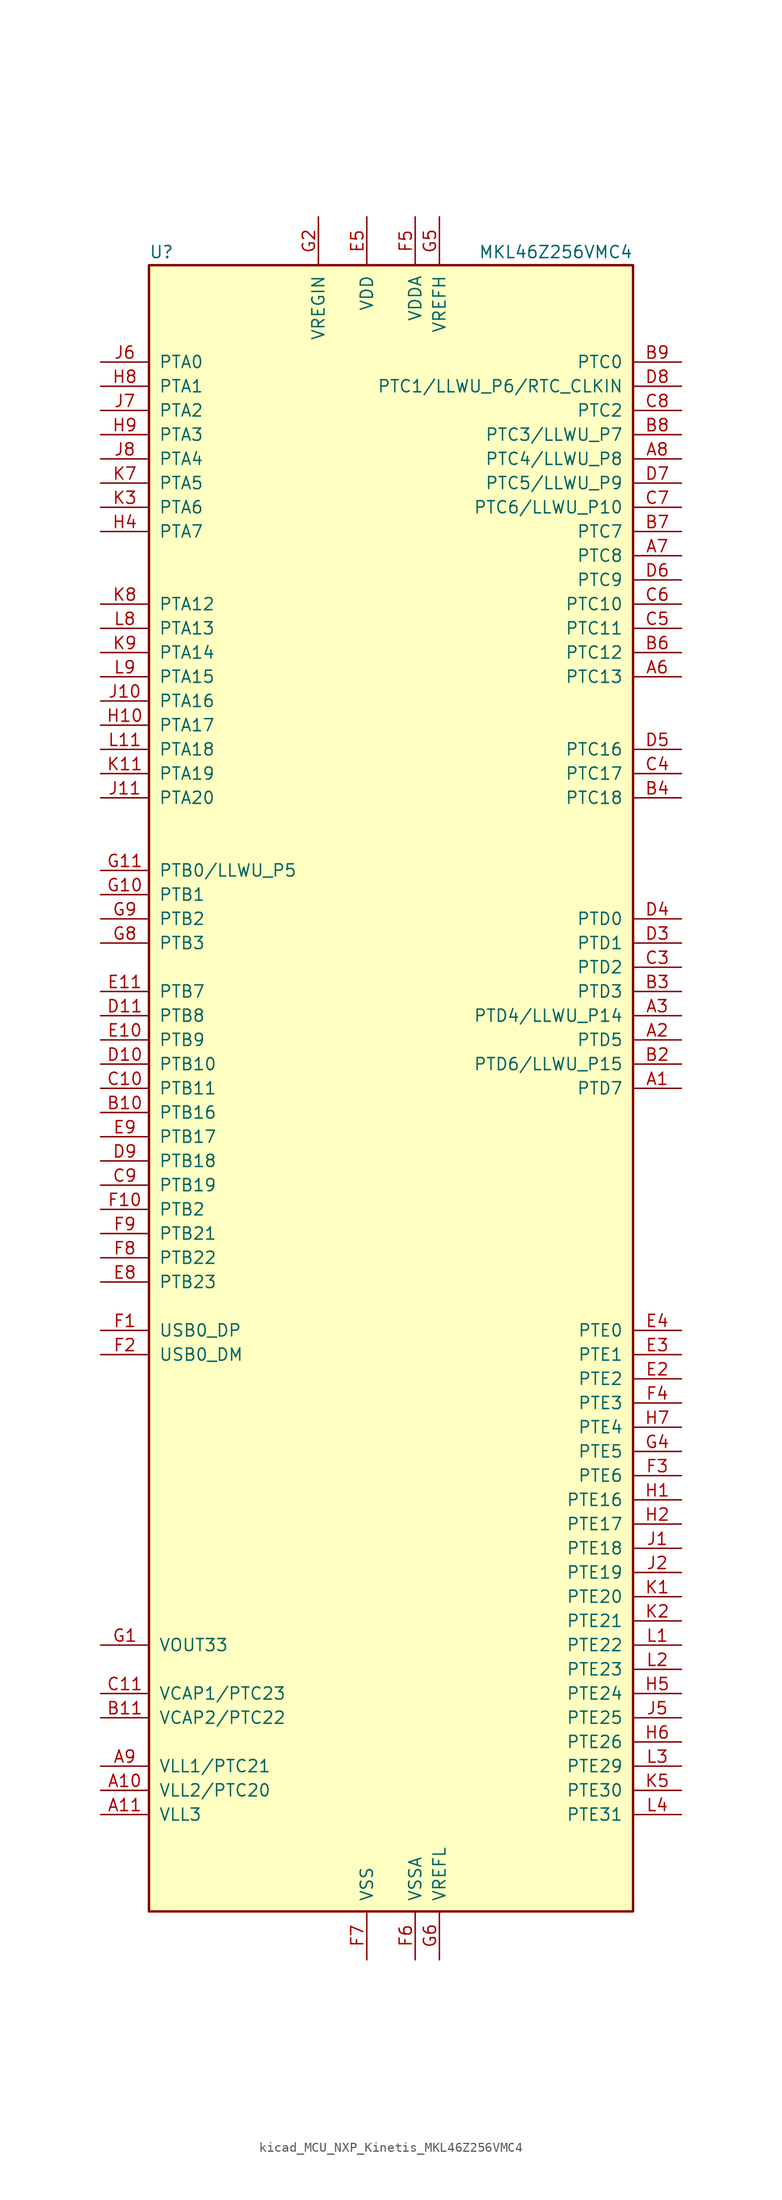
<source format=kicad_sym>
(kicad_symbol_lib
  (version 20220914)
  (generator kicad_symbol_editor)
  (symbol "kicad_MCU_NXP_Kinetis_MKL46Z256VMC4"
    (pin_names
      (offset 1.016))
    (property "Reference" "U"
      (at -25.4 86.995 0)
      (effects (font (size 1.27 1.27)) (justify left bottom)))
    (property "Value" "MKL46Z256VMC4"
      (at 25.4 86.995 0)
      (effects (font (size 1.27 1.27)) (justify right bottom)))
    (symbol "kicad_MCU_NXP_Kinetis_MKL46Z256VMC4_0_1"
      (rectangle (start -25.4 86.36) (end 25.4 -86.36) (stroke (width 0.254) (type default)) (fill (type background))))
    (symbol "kicad_MCU_NXP_Kinetis_MKL46Z256VMC4_1_1"
      (pin bidirectional line (at 30.48 0 180) (length 5.08) (name "PTD7" (effects (font (size 1.27 1.27)))) (number "A1" (effects (font (size 1.27 1.27)))))
      (pin power_out line (at -30.48 -73.66 0) (length 5.08) (name "VLL2/PTC20" (effects (font (size 1.27 1.27)))) (number "A10" (effects (font (size 1.27 1.27)))))
      (pin power_out line (at -30.48 -76.2 0) (length 5.08) (name "VLL3" (effects (font (size 1.27 1.27)))) (number "A11" (effects (font (size 1.27 1.27)))))
      (pin bidirectional line (at 30.48 5.08 180) (length 5.08) (name "PTD5" (effects (font (size 1.27 1.27)))) (number "A2" (effects (font (size 1.27 1.27)))))
      (pin bidirectional line (at 30.48 7.62 180) (length 5.08) (name "PTD4/LLWU_P14" (effects (font (size 1.27 1.27)))) (number "A3" (effects (font (size 1.27 1.27)))))
      (pin no_connect line (at 25.4 27.94 180) (length 5.08) hide (name "NC" (effects (font (size 1.27 1.27)))) (number "A4" (effects (font (size 1.27 1.27)))))
      (pin no_connect line (at 25.4 40.64 180) (length 5.08) hide (name "NC" (effects (font (size 1.27 1.27)))) (number "A5" (effects (font (size 1.27 1.27)))))
      (pin bidirectional line (at 30.48 43.18 180) (length 5.08) (name "PTC13" (effects (font (size 1.27 1.27)))) (number "A6" (effects (font (size 1.27 1.27)))))
      (pin bidirectional line (at 30.48 55.88 180) (length 5.08) (name "PTC8" (effects (font (size 1.27 1.27)))) (number "A7" (effects (font (size 1.27 1.27)))))
      (pin bidirectional line (at 30.48 66.04 180) (length 5.08) (name "PTC4/LLWU_P8" (effects (font (size 1.27 1.27)))) (number "A8" (effects (font (size 1.27 1.27)))))
      (pin power_out line (at -30.48 -71.12 0) (length 5.08) (name "VLL1/PTC21" (effects (font (size 1.27 1.27)))) (number "A9" (effects (font (size 1.27 1.27)))))
      (pin no_connect line (at 25.4 -7.62 180) (length 5.08) hide (name "NC" (effects (font (size 1.27 1.27)))) (number "B1" (effects (font (size 1.27 1.27)))))
      (pin bidirectional line (at -30.48 -2.54 0) (length 5.08) (name "PTB16" (effects (font (size 1.27 1.27)))) (number "B10" (effects (font (size 1.27 1.27)))))
      (pin passive line (at -30.48 -66.04 0) (length 5.08) (name "VCAP2/PTC22" (effects (font (size 1.27 1.27)))) (number "B11" (effects (font (size 1.27 1.27)))))
      (pin bidirectional line (at 30.48 2.54 180) (length 5.08) (name "PTD6/LLWU_P15" (effects (font (size 1.27 1.27)))) (number "B2" (effects (font (size 1.27 1.27)))))
      (pin bidirectional line (at 30.48 10.16 180) (length 5.08) (name "PTD3" (effects (font (size 1.27 1.27)))) (number "B3" (effects (font (size 1.27 1.27)))))
      (pin bidirectional line (at 30.48 30.48 180) (length 5.08) (name "PTC18" (effects (font (size 1.27 1.27)))) (number "B4" (effects (font (size 1.27 1.27)))))
      (pin no_connect line (at 25.4 38.1 180) (length 5.08) hide (name "NC" (effects (font (size 1.27 1.27)))) (number "B5" (effects (font (size 1.27 1.27)))))
      (pin bidirectional line (at 30.48 45.72 180) (length 5.08) (name "PTC12" (effects (font (size 1.27 1.27)))) (number "B6" (effects (font (size 1.27 1.27)))))
      (pin bidirectional line (at 30.48 58.42 180) (length 5.08) (name "PTC7" (effects (font (size 1.27 1.27)))) (number "B7" (effects (font (size 1.27 1.27)))))
      (pin bidirectional line (at 30.48 68.58 180) (length 5.08) (name "PTC3/LLWU_P7" (effects (font (size 1.27 1.27)))) (number "B8" (effects (font (size 1.27 1.27)))))
      (pin bidirectional line (at 30.48 76.2 180) (length 5.08) (name "PTC0" (effects (font (size 1.27 1.27)))) (number "B9" (effects (font (size 1.27 1.27)))))
      (pin no_connect line (at 25.4 -12.7 180) (length 5.08) hide (name "NC" (effects (font (size 1.27 1.27)))) (number "C1" (effects (font (size 1.27 1.27)))))
      (pin bidirectional line (at -30.48 0 0) (length 5.08) (name "PTB11" (effects (font (size 1.27 1.27)))) (number "C10" (effects (font (size 1.27 1.27)))))
      (pin passive line (at -30.48 -63.5 0) (length 5.08) (name "VCAP1/PTC23" (effects (font (size 1.27 1.27)))) (number "C11" (effects (font (size 1.27 1.27)))))
      (pin no_connect line (at 25.4 -10.16 180) (length 5.08) hide (name "NC" (effects (font (size 1.27 1.27)))) (number "C2" (effects (font (size 1.27 1.27)))))
      (pin bidirectional line (at 30.48 12.7 180) (length 5.08) (name "PTD2" (effects (font (size 1.27 1.27)))) (number "C3" (effects (font (size 1.27 1.27)))))
      (pin bidirectional line (at 30.48 33.02 180) (length 5.08) (name "PTC17" (effects (font (size 1.27 1.27)))) (number "C4" (effects (font (size 1.27 1.27)))))
      (pin bidirectional line (at 30.48 48.26 180) (length 5.08) (name "PTC11" (effects (font (size 1.27 1.27)))) (number "C5" (effects (font (size 1.27 1.27)))))
      (pin bidirectional line (at 30.48 50.8 180) (length 5.08) (name "PTC10" (effects (font (size 1.27 1.27)))) (number "C6" (effects (font (size 1.27 1.27)))))
      (pin bidirectional line (at 30.48 60.96 180) (length 5.08) (name "PTC6/LLWU_P10" (effects (font (size 1.27 1.27)))) (number "C7" (effects (font (size 1.27 1.27)))))
      (pin bidirectional line (at 30.48 71.12 180) (length 5.08) (name "PTC2" (effects (font (size 1.27 1.27)))) (number "C8" (effects (font (size 1.27 1.27)))))
      (pin bidirectional line (at -30.48 -10.16 0) (length 5.08) (name "PTB19" (effects (font (size 1.27 1.27)))) (number "C9" (effects (font (size 1.27 1.27)))))
      (pin no_connect line (at 25.4 -17.78 180) (length 5.08) hide (name "NC" (effects (font (size 1.27 1.27)))) (number "D1" (effects (font (size 1.27 1.27)))))
      (pin bidirectional line (at -30.48 2.54 0) (length 5.08) (name "PTB10" (effects (font (size 1.27 1.27)))) (number "D10" (effects (font (size 1.27 1.27)))))
      (pin bidirectional line (at -30.48 7.62 0) (length 5.08) (name "PTB8" (effects (font (size 1.27 1.27)))) (number "D11" (effects (font (size 1.27 1.27)))))
      (pin no_connect line (at 25.4 -15.24 180) (length 5.08) hide (name "NC" (effects (font (size 1.27 1.27)))) (number "D2" (effects (font (size 1.27 1.27)))))
      (pin bidirectional line (at 30.48 15.24 180) (length 5.08) (name "PTD1" (effects (font (size 1.27 1.27)))) (number "D3" (effects (font (size 1.27 1.27)))))
      (pin bidirectional line (at 30.48 17.78 180) (length 5.08) (name "PTD0" (effects (font (size 1.27 1.27)))) (number "D4" (effects (font (size 1.27 1.27)))))
      (pin bidirectional line (at 30.48 35.56 180) (length 5.08) (name "PTC16" (effects (font (size 1.27 1.27)))) (number "D5" (effects (font (size 1.27 1.27)))))
      (pin bidirectional line (at 30.48 53.34 180) (length 5.08) (name "PTC9" (effects (font (size 1.27 1.27)))) (number "D6" (effects (font (size 1.27 1.27)))))
      (pin bidirectional line (at 30.48 63.5 180) (length 5.08) (name "PTC5/LLWU_P9" (effects (font (size 1.27 1.27)))) (number "D7" (effects (font (size 1.27 1.27)))))
      (pin bidirectional line (at 30.48 73.66 180) (length 5.08) (name "PTC1/LLWU_P6/RTC_CLKIN" (effects (font (size 1.27 1.27)))) (number "D8" (effects (font (size 1.27 1.27)))))
      (pin bidirectional line (at -30.48 -7.62 0) (length 5.08) (name "PTB18" (effects (font (size 1.27 1.27)))) (number "D9" (effects (font (size 1.27 1.27)))))
      (pin no_connect line (at 25.4 -20.32 180) (length 5.08) hide (name "NC" (effects (font (size 1.27 1.27)))) (number "E1" (effects (font (size 1.27 1.27)))))
      (pin bidirectional line (at -30.48 5.08 0) (length 5.08) (name "PTB9" (effects (font (size 1.27 1.27)))) (number "E10" (effects (font (size 1.27 1.27)))))
      (pin bidirectional line (at -30.48 10.16 0) (length 5.08) (name "PTB7" (effects (font (size 1.27 1.27)))) (number "E11" (effects (font (size 1.27 1.27)))))
      (pin bidirectional line (at 30.48 -30.48 180) (length 5.08) (name "PTE2" (effects (font (size 1.27 1.27)))) (number "E2" (effects (font (size 1.27 1.27)))))
      (pin bidirectional line (at 30.48 -27.94 180) (length 5.08) (name "PTE1" (effects (font (size 1.27 1.27)))) (number "E3" (effects (font (size 1.27 1.27)))))
      (pin bidirectional line (at 30.48 -25.4 180) (length 5.08) (name "PTE0" (effects (font (size 1.27 1.27)))) (number "E4" (effects (font (size 1.27 1.27)))))
      (pin power_in line (at -2.54 91.44 270) (length 5.08) (name "VDD" (effects (font (size 1.27 1.27)))) (number "E5" (effects (font (size 1.27 1.27)))))
      (pin passive line (at -2.54 91.44 270) (length 5.08) hide (name "VDD" (effects (font (size 1.27 1.27)))) (number "E6" (effects (font (size 1.27 1.27)))))
      (pin passive line (at -2.54 91.44 270) (length 5.08) hide (name "VDD" (effects (font (size 1.27 1.27)))) (number "E7" (effects (font (size 1.27 1.27)))))
      (pin bidirectional line (at -30.48 -20.32 0) (length 5.08) (name "PTB23" (effects (font (size 1.27 1.27)))) (number "E8" (effects (font (size 1.27 1.27)))))
      (pin bidirectional line (at -30.48 -5.08 0) (length 5.08) (name "PTB17" (effects (font (size 1.27 1.27)))) (number "E9" (effects (font (size 1.27 1.27)))))
      (pin bidirectional line (at -30.48 -25.4 0) (length 5.08) (name "USB0_DP" (effects (font (size 1.27 1.27)))) (number "F1" (effects (font (size 1.27 1.27)))))
      (pin bidirectional line (at -30.48 -12.7 0) (length 5.08) (name "PTB2" (effects (font (size 1.27 1.27)))) (number "F10" (effects (font (size 1.27 1.27)))))
      (pin no_connect line (at -25.4 12.7 0) (length 5.08) hide (name "NC" (effects (font (size 1.27 1.27)))) (number "F11" (effects (font (size 1.27 1.27)))))
      (pin bidirectional line (at -30.48 -27.94 0) (length 5.08) (name "USB0_DM" (effects (font (size 1.27 1.27)))) (number "F2" (effects (font (size 1.27 1.27)))))
      (pin bidirectional line (at 30.48 -40.64 180) (length 5.08) (name "PTE6" (effects (font (size 1.27 1.27)))) (number "F3" (effects (font (size 1.27 1.27)))))
      (pin bidirectional line (at 30.48 -33.02 180) (length 5.08) (name "PTE3" (effects (font (size 1.27 1.27)))) (number "F4" (effects (font (size 1.27 1.27)))))
      (pin power_in line (at 2.54 91.44 270) (length 5.08) (name "VDDA" (effects (font (size 1.27 1.27)))) (number "F5" (effects (font (size 1.27 1.27)))))
      (pin power_in line (at 2.54 -91.44 90) (length 5.08) (name "VSSA" (effects (font (size 1.27 1.27)))) (number "F6" (effects (font (size 1.27 1.27)))))
      (pin power_in line (at -2.54 -91.44 90) (length 5.08) (name "VSS" (effects (font (size 1.27 1.27)))) (number "F7" (effects (font (size 1.27 1.27)))))
      (pin bidirectional line (at -30.48 -17.78 0) (length 5.08) (name "PTB22" (effects (font (size 1.27 1.27)))) (number "F8" (effects (font (size 1.27 1.27)))))
      (pin bidirectional line (at -30.48 -15.24 0) (length 5.08) (name "PTB21" (effects (font (size 1.27 1.27)))) (number "F9" (effects (font (size 1.27 1.27)))))
      (pin power_out line (at -30.48 -58.42 0) (length 5.08) (name "VOUT33" (effects (font (size 1.27 1.27)))) (number "G1" (effects (font (size 1.27 1.27)))))
      (pin bidirectional line (at -30.48 20.32 0) (length 5.08) (name "PTB1" (effects (font (size 1.27 1.27)))) (number "G10" (effects (font (size 1.27 1.27)))))
      (pin bidirectional line (at -30.48 22.86 0) (length 5.08) (name "PTB0/LLWU_P5" (effects (font (size 1.27 1.27)))) (number "G11" (effects (font (size 1.27 1.27)))))
      (pin power_in line (at -7.62 91.44 270) (length 5.08) (name "VREGIN" (effects (font (size 1.27 1.27)))) (number "G2" (effects (font (size 1.27 1.27)))))
      (pin passive line (at -2.54 -91.44 90) (length 5.08) hide (name "VSS" (effects (font (size 1.27 1.27)))) (number "G3" (effects (font (size 1.27 1.27)))))
      (pin bidirectional line (at 30.48 -38.1 180) (length 5.08) (name "PTE5" (effects (font (size 1.27 1.27)))) (number "G4" (effects (font (size 1.27 1.27)))))
      (pin power_in line (at 5.08 91.44 270) (length 5.08) (name "VREFH" (effects (font (size 1.27 1.27)))) (number "G5" (effects (font (size 1.27 1.27)))))
      (pin power_in line (at 5.08 -91.44 90) (length 5.08) (name "VREFL" (effects (font (size 1.27 1.27)))) (number "G6" (effects (font (size 1.27 1.27)))))
      (pin passive line (at -2.54 -91.44 90) (length 5.08) hide (name "VSS" (effects (font (size 1.27 1.27)))) (number "G7" (effects (font (size 1.27 1.27)))))
      (pin bidirectional line (at -30.48 15.24 0) (length 5.08) (name "PTB3" (effects (font (size 1.27 1.27)))) (number "G8" (effects (font (size 1.27 1.27)))))
      (pin bidirectional line (at -30.48 17.78 0) (length 5.08) (name "PTB2" (effects (font (size 1.27 1.27)))) (number "G9" (effects (font (size 1.27 1.27)))))
      (pin bidirectional line (at 30.48 -43.18 180) (length 5.08) (name "PTE16" (effects (font (size 1.27 1.27)))) (number "H1" (effects (font (size 1.27 1.27)))))
      (pin bidirectional line (at -30.48 38.1 0) (length 5.08) (name "PTA17" (effects (font (size 1.27 1.27)))) (number "H10" (effects (font (size 1.27 1.27)))))
      (pin no_connect line (at -25.4 27.94 0) (length 5.08) hide (name "NC" (effects (font (size 1.27 1.27)))) (number "H11" (effects (font (size 1.27 1.27)))))
      (pin bidirectional line (at 30.48 -45.72 180) (length 5.08) (name "PTE17" (effects (font (size 1.27 1.27)))) (number "H2" (effects (font (size 1.27 1.27)))))
      (pin no_connect line (at -25.4 -45.72 0) (length 5.08) hide (name "NC" (effects (font (size 1.27 1.27)))) (number "H3" (effects (font (size 1.27 1.27)))))
      (pin bidirectional line (at -30.48 58.42 0) (length 5.08) (name "PTA7" (effects (font (size 1.27 1.27)))) (number "H4" (effects (font (size 1.27 1.27)))))
      (pin bidirectional line (at 30.48 -63.5 180) (length 5.08) (name "PTE24" (effects (font (size 1.27 1.27)))) (number "H5" (effects (font (size 1.27 1.27)))))
      (pin bidirectional line (at 30.48 -68.58 180) (length 5.08) (name "PTE26" (effects (font (size 1.27 1.27)))) (number "H6" (effects (font (size 1.27 1.27)))))
      (pin bidirectional line (at 30.48 -35.56 180) (length 5.08) (name "PTE4" (effects (font (size 1.27 1.27)))) (number "H7" (effects (font (size 1.27 1.27)))))
      (pin bidirectional line (at -30.48 73.66 0) (length 5.08) (name "PTA1" (effects (font (size 1.27 1.27)))) (number "H8" (effects (font (size 1.27 1.27)))))
      (pin bidirectional line (at -30.48 68.58 0) (length 5.08) (name "PTA3" (effects (font (size 1.27 1.27)))) (number "H9" (effects (font (size 1.27 1.27)))))
      (pin bidirectional line (at 30.48 -48.26 180) (length 5.08) (name "PTE18" (effects (font (size 1.27 1.27)))) (number "J1" (effects (font (size 1.27 1.27)))))
      (pin bidirectional line (at -30.48 40.64 0) (length 5.08) (name "PTA16" (effects (font (size 1.27 1.27)))) (number "J10" (effects (font (size 1.27 1.27)))))
      (pin bidirectional line (at -30.48 30.48 0) (length 5.08) (name "PTA20" (effects (font (size 1.27 1.27)))) (number "J11" (effects (font (size 1.27 1.27)))))
      (pin bidirectional line (at 30.48 -50.8 180) (length 5.08) (name "PTE19" (effects (font (size 1.27 1.27)))) (number "J2" (effects (font (size 1.27 1.27)))))
      (pin no_connect line (at -25.4 -48.26 0) (length 5.08) hide (name "NC" (effects (font (size 1.27 1.27)))) (number "J3" (effects (font (size 1.27 1.27)))))
      (pin no_connect line (at -25.4 53.34 0) (length 5.08) hide (name "NC" (effects (font (size 1.27 1.27)))) (number "J4" (effects (font (size 1.27 1.27)))))
      (pin bidirectional line (at 30.48 -66.04 180) (length 5.08) (name "PTE25" (effects (font (size 1.27 1.27)))) (number "J5" (effects (font (size 1.27 1.27)))))
      (pin bidirectional line (at -30.48 76.2 0) (length 5.08) (name "PTA0" (effects (font (size 1.27 1.27)))) (number "J6" (effects (font (size 1.27 1.27)))))
      (pin bidirectional line (at -30.48 71.12 0) (length 5.08) (name "PTA2" (effects (font (size 1.27 1.27)))) (number "J7" (effects (font (size 1.27 1.27)))))
      (pin bidirectional line (at -30.48 66.04 0) (length 5.08) (name "PTA4" (effects (font (size 1.27 1.27)))) (number "J8" (effects (font (size 1.27 1.27)))))
      (pin no_connect line (at -25.4 55.88 0) (length 5.08) hide (name "NC" (effects (font (size 1.27 1.27)))) (number "J9" (effects (font (size 1.27 1.27)))))
      (pin bidirectional line (at 30.48 -53.34 180) (length 5.08) (name "PTE20" (effects (font (size 1.27 1.27)))) (number "K1" (effects (font (size 1.27 1.27)))))
      (pin passive line (at -2.54 -91.44 90) (length 5.08) hide (name "VSS" (effects (font (size 1.27 1.27)))) (number "K10" (effects (font (size 1.27 1.27)))))
      (pin bidirectional line (at -30.48 33.02 0) (length 5.08) (name "PTA19" (effects (font (size 1.27 1.27)))) (number "K11" (effects (font (size 1.27 1.27)))))
      (pin bidirectional line (at 30.48 -55.88 180) (length 5.08) (name "PTE21" (effects (font (size 1.27 1.27)))) (number "K2" (effects (font (size 1.27 1.27)))))
      (pin bidirectional line (at -30.48 60.96 0) (length 5.08) (name "PTA6" (effects (font (size 1.27 1.27)))) (number "K3" (effects (font (size 1.27 1.27)))))
      (pin no_connect line (at -25.4 -50.8 0) (length 5.08) hide (name "NC" (effects (font (size 1.27 1.27)))) (number "K4" (effects (font (size 1.27 1.27)))))
      (pin bidirectional line (at 30.48 -73.66 180) (length 5.08) (name "PTE30" (effects (font (size 1.27 1.27)))) (number "K5" (effects (font (size 1.27 1.27)))))
      (pin passive line (at -2.54 91.44 270) (length 5.08) hide (name "VDD" (effects (font (size 1.27 1.27)))) (number "K6" (effects (font (size 1.27 1.27)))))
      (pin bidirectional line (at -30.48 63.5 0) (length 5.08) (name "PTA5" (effects (font (size 1.27 1.27)))) (number "K7" (effects (font (size 1.27 1.27)))))
      (pin bidirectional line (at -30.48 50.8 0) (length 5.08) (name "PTA12" (effects (font (size 1.27 1.27)))) (number "K8" (effects (font (size 1.27 1.27)))))
      (pin bidirectional line (at -30.48 45.72 0) (length 5.08) (name "PTA14" (effects (font (size 1.27 1.27)))) (number "K9" (effects (font (size 1.27 1.27)))))
      (pin bidirectional line (at 30.48 -58.42 180) (length 5.08) (name "PTE22" (effects (font (size 1.27 1.27)))) (number "L1" (effects (font (size 1.27 1.27)))))
      (pin passive line (at -2.54 91.44 270) (length 5.08) hide (name "VDD" (effects (font (size 1.27 1.27)))) (number "L10" (effects (font (size 1.27 1.27)))))
      (pin bidirectional line (at -30.48 35.56 0) (length 5.08) (name "PTA18" (effects (font (size 1.27 1.27)))) (number "L11" (effects (font (size 1.27 1.27)))))
      (pin bidirectional line (at 30.48 -60.96 180) (length 5.08) (name "PTE23" (effects (font (size 1.27 1.27)))) (number "L2" (effects (font (size 1.27 1.27)))))
      (pin bidirectional line (at 30.48 -71.12 180) (length 5.08) (name "PTE29" (effects (font (size 1.27 1.27)))) (number "L3" (effects (font (size 1.27 1.27)))))
      (pin bidirectional line (at 30.48 -76.2 180) (length 5.08) (name "PTE31" (effects (font (size 1.27 1.27)))) (number "L4" (effects (font (size 1.27 1.27)))))
      (pin passive line (at -2.54 -91.44 90) (length 5.08) hide (name "VSS" (effects (font (size 1.27 1.27)))) (number "L5" (effects (font (size 1.27 1.27)))))
      (pin passive line (at -2.54 -91.44 90) (length 5.08) hide (name "VSS" (effects (font (size 1.27 1.27)))) (number "L6" (effects (font (size 1.27 1.27)))))
      (pin no_connect line (at -25.4 -53.34 0) (length 5.08) hide (name "NC" (effects (font (size 1.27 1.27)))) (number "L7" (effects (font (size 1.27 1.27)))))
      (pin bidirectional line (at -30.48 48.26 0) (length 5.08) (name "PTA13" (effects (font (size 1.27 1.27)))) (number "L8" (effects (font (size 1.27 1.27)))))
      (pin bidirectional line (at -30.48 43.18 0) (length 5.08) (name "PTA15" (effects (font (size 1.27 1.27)))) (number "L9" (effects (font (size 1.27 1.27))))))))
</source>
